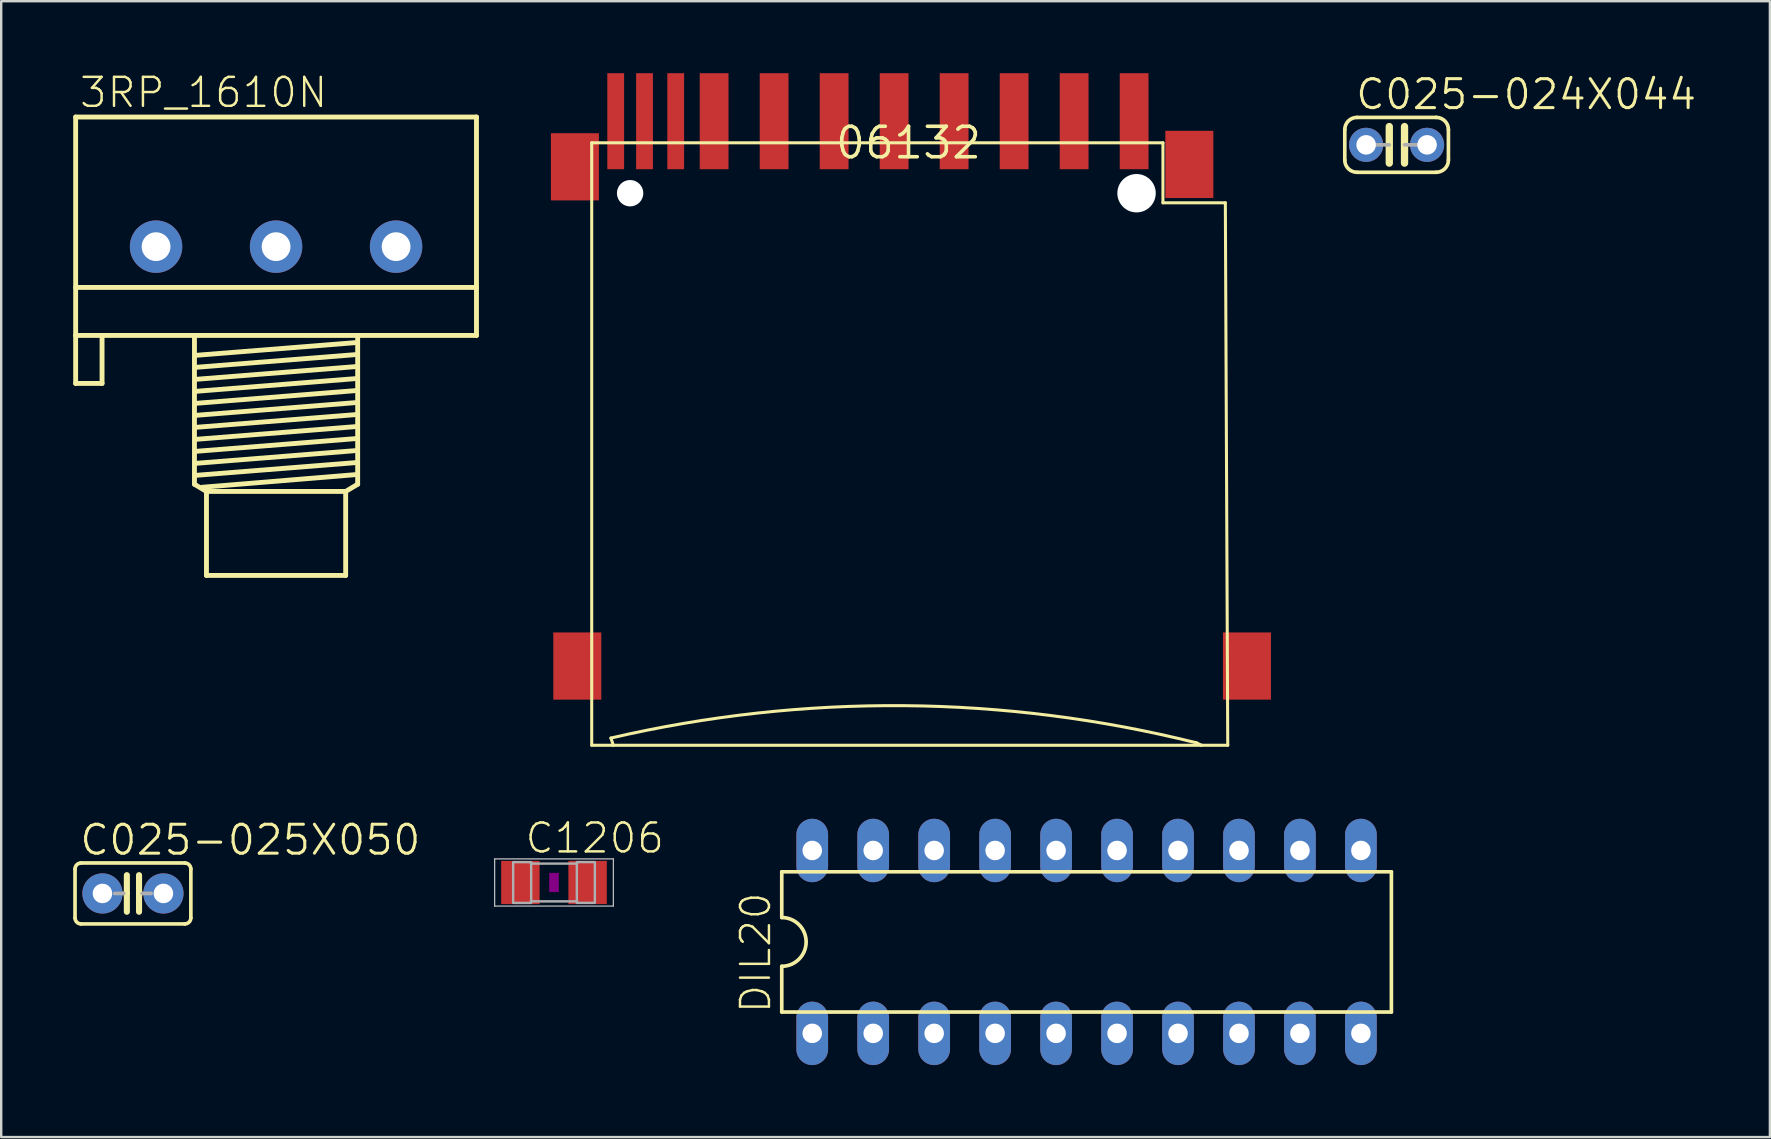
<source format=kicad_pcb>
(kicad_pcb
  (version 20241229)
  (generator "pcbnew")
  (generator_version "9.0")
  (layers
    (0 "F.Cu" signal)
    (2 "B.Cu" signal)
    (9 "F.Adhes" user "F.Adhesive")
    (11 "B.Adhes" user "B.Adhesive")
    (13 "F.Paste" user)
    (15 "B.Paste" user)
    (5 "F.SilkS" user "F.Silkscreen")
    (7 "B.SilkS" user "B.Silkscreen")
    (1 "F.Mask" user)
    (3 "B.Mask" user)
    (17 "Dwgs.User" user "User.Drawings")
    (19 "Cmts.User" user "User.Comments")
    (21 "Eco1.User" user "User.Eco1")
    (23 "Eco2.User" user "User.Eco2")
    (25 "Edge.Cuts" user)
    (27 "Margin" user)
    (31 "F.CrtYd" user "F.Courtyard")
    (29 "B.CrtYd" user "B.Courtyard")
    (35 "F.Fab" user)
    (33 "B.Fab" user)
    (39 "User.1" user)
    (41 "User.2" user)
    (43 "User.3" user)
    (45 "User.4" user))
  (footprint "C1206"
    (layer "F.Cu")
    (at 20.032 33.718)
    (property "Reference" "C1206" (at -1.27 -1.143 0) (layer "F.SilkS") (effects (font (size 1.206 1.206) (thickness 0.102)) (justify left bottom)))
    (attr through_hole)
    (fp_poly (pts (xy -0.2 0.4) (xy 0.2 0.4) (xy 0.2 -0.4) (xy -0.2 -0.4)) (stroke (width 0) (type solid)) (fill yes) (layer "F.Adhes"))
    (fp_line (start -2.473 -0.983) (end 2.473 -0.983) (stroke (width 0.051) (type solid)) (layer "Dwgs.User"))
    (fp_line (start -2.473 0.983) (end -2.473 -0.983) (stroke (width 0.051) (type solid)) (layer "Dwgs.User"))
    (fp_line (start 2.473 -0.983) (end 2.473 0.983) (stroke (width 0.051) (type solid)) (layer "Dwgs.User"))
    (fp_line (start 2.473 0.983) (end -2.473 0.983) (stroke (width 0.051) (type solid)) (layer "Dwgs.User"))
    (fp_line (start -0.965 -0.787) (end 0.965 -0.787) (stroke (width 0.102) (type solid)) (layer "F.Fab"))
    (fp_line (start -0.965 0.787) (end 0.965 0.787) (stroke (width 0.102) (type solid)) (layer "F.Fab"))
    (fp_poly (pts (xy -1.702 0.851) (xy -0.952 0.851) (xy -0.952 -0.849) (xy -1.702 -0.849)) (stroke (width 0.1) (type solid)) (fill no) (layer "F.Fab"))
    (fp_poly (pts (xy 0.952 0.849) (xy 1.702 0.849) (xy 1.702 -0.851) (xy 0.952 -0.851)) (stroke (width 0.1) (type solid)) (fill no) (layer "F.Fab"))
    (pad "1" smd rect (at -1.4 0) (size 1.6 1.8) (layers "F.Cu" "F.Mask" "F.Paste"))
    (pad "2" smd rect (at 1.4 0) (size 1.6 1.8) (layers "F.Cu" "F.Mask" "F.Paste")))
  (footprint "3RP_1610N"
    (layer "F.Cu")
    (at 8.452 7.226)
    (property "Reference" "3RP_1610N" (at -8.255 -5.715 0) (layer "F.SilkS") (effects (font (size 1.206 1.206) (thickness 0.102)) (justify left bottom)))
    (attr through_hole)
    (fp_line (start -8.35 -5.4) (end 8.35 -5.4) (stroke (width 0.203) (type solid)) (layer "F.SilkS"))
    (fp_line (start -8.35 1.7) (end 8.35 1.7) (stroke (width 0.203) (type solid)) (layer "F.SilkS"))
    (fp_line (start -8.35 3.7) (end -8.35 -5.4) (stroke (width 0.203) (type solid)) (layer "F.SilkS"))
    (fp_line (start -8.35 3.7) (end -8.35 5.7) (stroke (width 0.203) (type solid)) (layer "F.SilkS"))
    (fp_line (start -8.35 3.7) (end 8.35 3.7) (stroke (width 0.203) (type solid)) (layer "F.SilkS"))
    (fp_line (start -8.35 5.7) (end -7.25 5.7) (stroke (width 0.203) (type solid)) (layer "F.SilkS"))
    (fp_line (start -7.25 5.7) (end -7.25 3.8) (stroke (width 0.203) (type solid)) (layer "F.SilkS"))
    (fp_line (start -3.4 3.8) (end -3.4 9.9) (stroke (width 0.203) (type solid)) (layer "F.SilkS"))
    (fp_line (start -3.4 9.9) (end -2.9 10.2) (stroke (width 0.203) (type solid)) (layer "F.SilkS"))
    (fp_line (start -3.3 4.525) (end 3.3 4) (stroke (width 0.203) (type solid)) (layer "F.SilkS"))
    (fp_line (start -3.3 5.025) (end 3.3 4.5) (stroke (width 0.203) (type solid)) (layer "F.SilkS"))
    (fp_line (start -3.3 5.525) (end 3.3 5) (stroke (width 0.203) (type solid)) (layer "F.SilkS"))
    (fp_line (start -3.3 6.025) (end 3.3 5.5) (stroke (width 0.203) (type solid)) (layer "F.SilkS"))
    (fp_line (start -3.3 6.525) (end 3.3 6) (stroke (width 0.203) (type solid)) (layer "F.SilkS"))
    (fp_line (start -3.3 7.025) (end 3.3 6.5) (stroke (width 0.203) (type solid)) (layer "F.SilkS"))
    (fp_line (start -3.3 7.525) (end 3.3 7) (stroke (width 0.203) (type solid)) (layer "F.SilkS"))
    (fp_line (start -3.3 8.025) (end 3.3 7.5) (stroke (width 0.203) (type solid)) (layer "F.SilkS"))
    (fp_line (start -3.3 8.525) (end 3.3 8) (stroke (width 0.203) (type solid)) (layer "F.SilkS"))
    (fp_line (start -3.3 9.025) (end 3.3 8.5) (stroke (width 0.203) (type solid)) (layer "F.SilkS"))
    (fp_line (start -3.3 9.525) (end 3.3 9) (stroke (width 0.203) (type solid)) (layer "F.SilkS"))
    (fp_line (start -3.075 10.025) (end 3.3 9.5) (stroke (width 0.203) (type solid)) (layer "F.SilkS"))
    (fp_line (start -2.9 10.2) (end -2.9 13.7) (stroke (width 0.203) (type solid)) (layer "F.SilkS"))
    (fp_line (start -2.9 10.2) (end 2.9 10.2) (stroke (width 0.203) (type solid)) (layer "F.SilkS"))
    (fp_line (start -2.9 13.7) (end 2.9 13.7) (stroke (width 0.203) (type solid)) (layer "F.SilkS"))
    (fp_line (start 2.9 10.2) (end 3.4 9.9) (stroke (width 0.203) (type solid)) (layer "F.SilkS"))
    (fp_line (start 2.9 13.7) (end 2.9 10.2) (stroke (width 0.203) (type solid)) (layer "F.SilkS"))
    (fp_line (start 3.4 9.9) (end 3.4 3.8) (stroke (width 0.203) (type solid)) (layer "F.SilkS"))
    (fp_line (start 8.35 3.7) (end 8.35 -5.4) (stroke (width 0.203) (type solid)) (layer "F.SilkS"))
    (pad "1" thru_hole circle (at -5 0) (size 2.184 2.184) (drill 1.2) (layers "*.Cu" "*.Mask"))
    (pad "2" thru_hole circle (at 0 0) (size 2.184 2.184) (drill 1.2) (layers "*.Cu" "*.Mask"))
    (pad "3" thru_hole circle (at 5 0) (size 2.184 2.184) (drill 1.2) (layers "*.Cu" "*.Mask")))
  (footprint "C025-025X050"
    (layer "F.Cu")
    (at 2.489 34.175)
    (property "Reference" "C025-025X050" (at -2.286 -1.524 0) (layer "F.SilkS") (effects (font (size 1.206 1.206) (thickness 0.127)) (justify left bottom)))
    (attr through_hole)
    (fp_line (start -2.413 -1.016) (end -2.413 1.016) (stroke (width 0.152) (type solid)) (layer "F.SilkS"))
    (fp_line (start -2.159 -1.27) (end 2.159 -1.27) (stroke (width 0.152) (type solid)) (layer "F.SilkS"))
    (fp_line (start -0.254 -0.762) (end -0.254 0) (stroke (width 0.254) (type solid)) (layer "F.SilkS"))
    (fp_line (start -0.254 0) (end -0.381 0) (stroke (width 0.152) (type solid)) (layer "F.SilkS"))
    (fp_line (start -0.254 0) (end -0.254 0.762) (stroke (width 0.254) (type solid)) (layer "F.SilkS"))
    (fp_line (start 0.254 0) (end 0.254 -0.762) (stroke (width 0.254) (type solid)) (layer "F.SilkS"))
    (fp_line (start 0.254 0) (end 0.254 0.762) (stroke (width 0.254) (type solid)) (layer "F.SilkS"))
    (fp_line (start 0.381 0) (end 0.254 0) (stroke (width 0.152) (type solid)) (layer "F.SilkS"))
    (fp_line (start 2.159 1.27) (end -2.159 1.27) (stroke (width 0.152) (type solid)) (layer "F.SilkS"))
    (fp_line (start 2.413 -1.016) (end 2.413 1.016) (stroke (width 0.152) (type solid)) (layer "F.SilkS"))
    (fp_arc (start -2.413 -1.016) (mid -2.338605 -1.195605) (end -2.159 -1.27) (stroke (width 0.1524) (type solid)) (layer "F.SilkS"))
    (fp_arc (start -2.159 1.27) (mid -2.338605 1.195605) (end -2.413 1.016) (stroke (width 0.1524) (type solid)) (layer "F.SilkS"))
    (fp_arc (start 2.159 -1.27) (mid 2.338605 -1.195605) (end 2.413 -1.016) (stroke (width 0.1524) (type solid)) (layer "F.SilkS"))
    (fp_arc (start 2.413 1.016) (mid 2.338605 1.195605) (end 2.159 1.27) (stroke (width 0.1524) (type solid)) (layer "F.SilkS"))
    (fp_line (start -0.381 0) (end -0.762 0) (stroke (width 0.152) (type solid)) (layer "F.Fab"))
    (fp_line (start 0.762 0) (end 0.381 0) (stroke (width 0.152) (type solid)) (layer "F.Fab"))
    (pad "1" thru_hole circle (at -1.27 0) (size 1.676 1.676) (drill 0.813) (layers "*.Cu" "*.Mask"))
    (pad "2" thru_hole circle (at 1.27 0) (size 1.676 1.676) (drill 0.813) (layers "*.Cu" "*.Mask")))
  (footprint "C025-024X044"
    (layer "F.Cu")
    (at 55.138 2.985)
    (property "Reference" "C025-024X044" (at -1.778 -1.397 0) (layer "F.SilkS") (effects (font (size 1.206 1.206) (thickness 0.127)) (justify left bottom)))
    (attr through_hole)
    (fp_line (start -2.159 0.635) (end -2.159 -0.635) (stroke (width 0.152) (type solid)) (layer "F.SilkS"))
    (fp_line (start -0.305 -0.762) (end -0.305 0.762) (stroke (width 0.305) (type solid)) (layer "F.SilkS"))
    (fp_line (start 0.33 -0.762) (end 0.33 0.762) (stroke (width 0.305) (type solid)) (layer "F.SilkS"))
    (fp_line (start 1.651 -1.143) (end -1.651 -1.143) (stroke (width 0.152) (type solid)) (layer "F.SilkS"))
    (fp_line (start 1.651 1.143) (end -1.651 1.143) (stroke (width 0.152) (type solid)) (layer "F.SilkS"))
    (fp_line (start 2.159 0.635) (end 2.159 -0.635) (stroke (width 0.152) (type solid)) (layer "F.SilkS"))
    (fp_arc (start -2.159 -0.635) (mid -2.01021 -0.99421) (end -1.651 -1.143) (stroke (width 0.1524) (type solid)) (layer "F.SilkS"))
    (fp_arc (start -1.651 1.143) (mid -2.01021 0.99421) (end -2.159 0.635) (stroke (width 0.1524) (type solid)) (layer "F.SilkS"))
    (fp_arc (start 1.651 -1.143) (mid 2.01021 -0.99421) (end 2.159 -0.635) (stroke (width 0.1524) (type solid)) (layer "F.SilkS"))
    (fp_arc (start 2.159 0.635) (mid 2.01021 0.99421) (end 1.651 1.143) (stroke (width 0.1524) (type solid)) (layer "F.SilkS"))
    (fp_line (start -1.27 0) (end -0.305 0) (stroke (width 0.152) (type solid)) (layer "F.Fab"))
    (fp_line (start 1.27 0) (end 0.33 0) (stroke (width 0.152) (type solid)) (layer "F.Fab"))
    (pad "1" thru_hole circle (at -1.27 0) (size 1.422 1.422) (drill 0.813) (layers "*.Cu" "*.Mask"))
    (pad "2" thru_hole circle (at 1.27 0) (size 1.422 1.422) (drill 0.813) (layers "*.Cu" "*.Mask")))
  (footprint "06132"
    (layer "F.Cu")
    (at 34.803 2.9)
    (property "Reference" "06132" (at 0 0 0) (layer "F.SilkS") (effects (font (size 1.27 1.27) (thickness 0.15))))
    (attr through_hole)
    (fp_line (start -13.2 0) (end 10.6 0) (stroke (width 0.127) (type solid)) (layer "F.SilkS"))
    (fp_line (start -13.2 25.1) (end -13.2 0) (stroke (width 0.127) (type solid)) (layer "F.SilkS"))
    (fp_line (start -12.4 24.8) (end -12.3 25.1) (stroke (width 0.127) (type solid)) (layer "F.SilkS"))
    (fp_line (start -12.3 25.1) (end -13.2 25.1) (stroke (width 0.127) (type solid)) (layer "F.SilkS"))
    (fp_line (start 10.6 0) (end 10.6 2.5) (stroke (width 0.127) (type solid)) (layer "F.SilkS"))
    (fp_line (start 10.6 2.5) (end 13.2 2.5) (stroke (width 0.127) (type solid)) (layer "F.SilkS"))
    (fp_line (start 12 25) (end 12.2 25.1) (stroke (width 0.127) (type solid)) (layer "F.SilkS"))
    (fp_line (start 12.2 25.1) (end -12.3 25.1) (stroke (width 0.127) (type solid)) (layer "F.SilkS"))
    (fp_line (start 13.2 2.5) (end 13.3 25.1) (stroke (width 0.127) (type solid)) (layer "F.SilkS"))
    (fp_line (start 13.3 25.1) (end 12.2 25.1) (stroke (width 0.127) (type solid)) (layer "F.SilkS"))
    (fp_arc (start -12.4 24.8) (mid -0.188122 23.450859) (end 12 24.999999) (stroke (width 0.127) (type solid)) (layer "F.SilkS"))
    (pad "" np_thru_hole circle (at -11.6 2.1) (size 1.1 1.1) (drill 1.1) (layers "*.Cu"))
    (pad "" np_thru_hole circle (at 9.5 2.1) (size 1.6 1.6) (drill 1.6) (layers "*.Cu"))
    (pad "1" smd rect (at 6.9 -0.9 90) (size 4 1.2) (layers "F.Cu" "F.Mask" "F.Paste"))
    (pad "2" smd rect (at 4.4 -0.9 90) (size 4 1.2) (layers "F.Cu" "F.Mask" "F.Paste"))
    (pad "3" smd rect (at 1.9 -0.9 90) (size 4 1.2) (layers "F.Cu" "F.Mask" "F.Paste"))
    (pad "4" smd rect (at -0.6 -0.9 90) (size 4 1.2) (layers "F.Cu" "F.Mask" "F.Paste"))
    (pad "5" smd rect (at -3.1 -0.9 90) (size 4 1.2) (layers "F.Cu" "F.Mask" "F.Paste"))
    (pad "6" smd rect (at -5.6 -0.9 90) (size 4 1.2) (layers "F.Cu" "F.Mask" "F.Paste"))
    (pad "7" smd rect (at -8.1 -0.9 90) (size 4 1.2) (layers "F.Cu" "F.Mask" "F.Paste"))
    (pad "8" smd rect (at -9.7 -0.9 90) (size 4 0.7) (layers "F.Cu" "F.Mask" "F.Paste"))
    (pad "9" smd rect (at 9.4 -0.9 90) (size 4 1.2) (layers "F.Cu" "F.Mask" "F.Paste"))
    (pad "CD" smd rect (at -11 -0.9 90) (size 4 0.7) (layers "F.Cu" "F.Mask" "F.Paste"))
    (pad "GP" smd rect (at -13.8 21.8 90) (size 2.8 2) (layers "F.Cu" "F.Mask" "F.Paste"))
    (pad "GP2" smd rect (at 14.1 21.8 90) (size 2.8 2) (layers "F.Cu" "F.Mask" "F.Paste"))
    (pad "GP3" smd rect (at 11.7 0.9 90) (size 2.8 2) (layers "F.Cu" "F.Mask" "F.Paste"))
    (pad "GP4" smd rect (at -13.9 1 90) (size 2.8 2) (layers "F.Cu" "F.Mask" "F.Paste"))
    (pad "WP" smd rect (at -12.2 -0.9 90) (size 4 0.7) (layers "F.Cu" "F.Mask" "F.Paste")))
  (footprint "DIL20"
    (layer "F.Cu")
    (at 42.221 36.194)
    (property "Reference" "DIL20" (at -13.081 3.048 90) (layer "F.SilkS") (effects (font (size 1.206 1.206) (thickness 0.102)) (justify left bottom)))
    (attr through_hole)
    (fp_line (start -12.7 -2.921) (end -12.7 -1.016) (stroke (width 0.152) (type solid)) (layer "F.SilkS"))
    (fp_line (start -12.7 2.921) (end -12.7 1.016) (stroke (width 0.152) (type solid)) (layer "F.SilkS"))
    (fp_line (start -12.7 2.921) (end 12.7 2.921) (stroke (width 0.152) (type solid)) (layer "F.SilkS"))
    (fp_line (start 12.7 -2.921) (end -12.7 -2.921) (stroke (width 0.152) (type solid)) (layer "F.SilkS"))
    (fp_line (start 12.7 -2.921) (end 12.7 2.921) (stroke (width 0.152) (type solid)) (layer "F.SilkS"))
    (fp_arc (start -12.7 -1.016) (mid -11.684 0) (end -12.7 1.016) (stroke (width 0.1524) (type solid)) (layer "F.SilkS"))
    (pad "1" thru_hole oval (at -11.43 3.81 90) (size 2.642 1.321) (drill 0.813) (layers "*.Cu" "*.Mask"))
    (pad "2" thru_hole oval (at -8.89 3.81 90) (size 2.642 1.321) (drill 0.813) (layers "*.Cu" "*.Mask"))
    (pad "3" thru_hole oval (at -6.35 3.81 90) (size 2.642 1.321) (drill 0.813) (layers "*.Cu" "*.Mask"))
    (pad "4" thru_hole oval (at -3.81 3.81 90) (size 2.642 1.321) (drill 0.813) (layers "*.Cu" "*.Mask"))
    (pad "5" thru_hole oval (at -1.27 3.81 90) (size 2.642 1.321) (drill 0.813) (layers "*.Cu" "*.Mask"))
    (pad "6" thru_hole oval (at 1.27 3.81 90) (size 2.642 1.321) (drill 0.813) (layers "*.Cu" "*.Mask"))
    (pad "7" thru_hole oval (at 3.81 3.81 90) (size 2.642 1.321) (drill 0.813) (layers "*.Cu" "*.Mask"))
    (pad "8" thru_hole oval (at 6.35 3.81 90) (size 2.642 1.321) (drill 0.813) (layers "*.Cu" "*.Mask"))
    (pad "9" thru_hole oval (at 8.89 3.81 90) (size 2.642 1.321) (drill 0.813) (layers "*.Cu" "*.Mask"))
    (pad "10" thru_hole oval (at 11.43 3.81 90) (size 2.642 1.321) (drill 0.813) (layers "*.Cu" "*.Mask"))
    (pad "11" thru_hole oval (at 11.43 -3.81 90) (size 2.642 1.321) (drill 0.813) (layers "*.Cu" "*.Mask"))
    (pad "12" thru_hole oval (at 8.89 -3.81 90) (size 2.642 1.321) (drill 0.813) (layers "*.Cu" "*.Mask"))
    (pad "13" thru_hole oval (at 6.35 -3.81 90) (size 2.642 1.321) (drill 0.813) (layers "*.Cu" "*.Mask"))
    (pad "14" thru_hole oval (at 3.81 -3.81 90) (size 2.642 1.321) (drill 0.813) (layers "*.Cu" "*.Mask"))
    (pad "15" thru_hole oval (at 1.27 -3.81 90) (size 2.642 1.321) (drill 0.813) (layers "*.Cu" "*.Mask"))
    (pad "16" thru_hole oval (at -1.27 -3.81 90) (size 2.642 1.321) (drill 0.813) (layers "*.Cu" "*.Mask"))
    (pad "17" thru_hole oval (at -3.81 -3.81 90) (size 2.642 1.321) (drill 0.813) (layers "*.Cu" "*.Mask"))
    (pad "18" thru_hole oval (at -6.35 -3.81 90) (size 2.642 1.321) (drill 0.813) (layers "*.Cu" "*.Mask"))
    (pad "19" thru_hole oval (at -8.89 -3.81 90) (size 2.642 1.321) (drill 0.813) (layers "*.Cu" "*.Mask"))
    (pad "20" thru_hole oval (at -11.43 -3.81 90) (size 2.642 1.321) (drill 0.813) (layers "*.Cu" "*.Mask")))
  (gr_rect
    (start -3 -3)
    (end 70.691 44.325)
    (stroke (width 0.1) (type default))
    (fill no)
    (layer "Edge.Cuts")))
</source>
